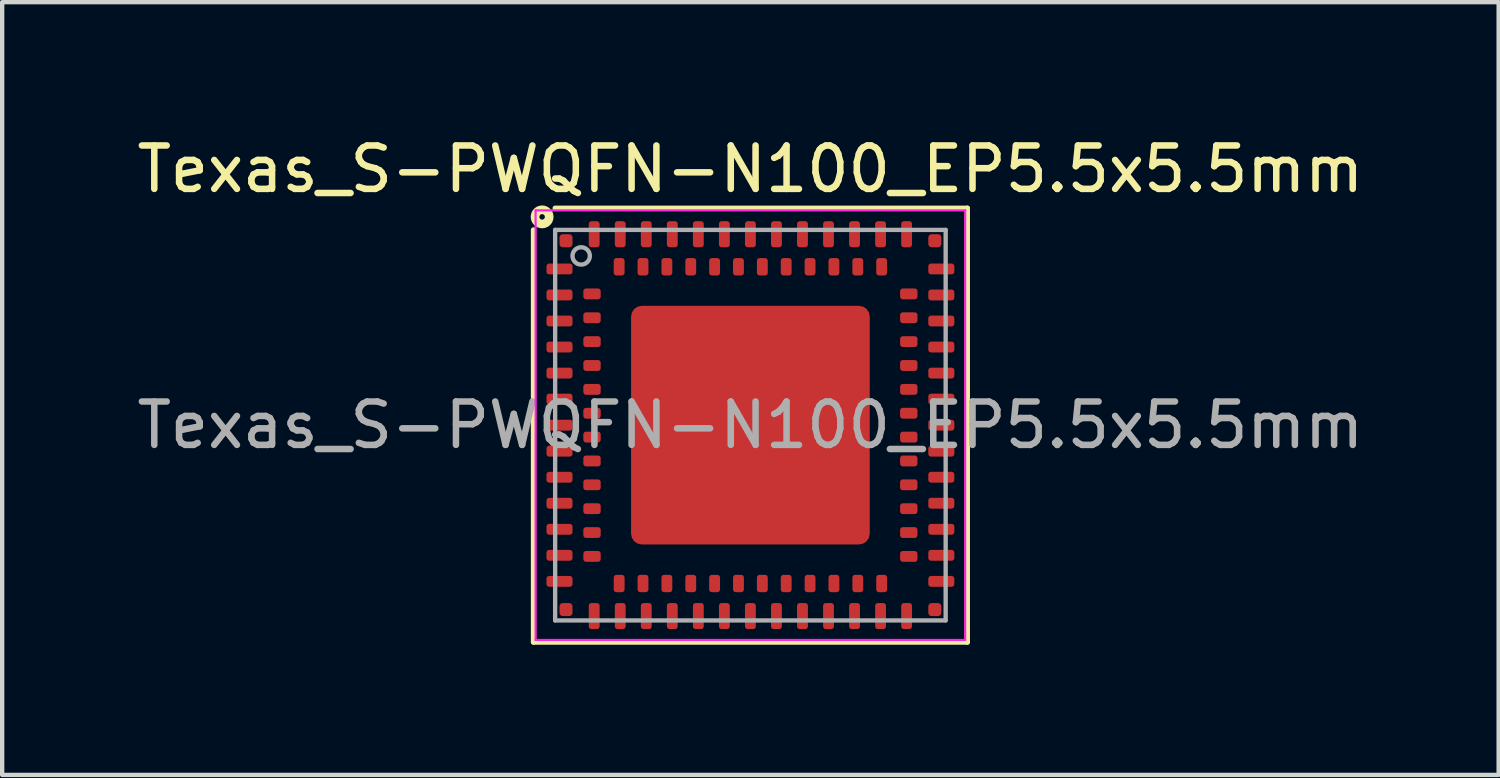
<source format=kicad_pcb>
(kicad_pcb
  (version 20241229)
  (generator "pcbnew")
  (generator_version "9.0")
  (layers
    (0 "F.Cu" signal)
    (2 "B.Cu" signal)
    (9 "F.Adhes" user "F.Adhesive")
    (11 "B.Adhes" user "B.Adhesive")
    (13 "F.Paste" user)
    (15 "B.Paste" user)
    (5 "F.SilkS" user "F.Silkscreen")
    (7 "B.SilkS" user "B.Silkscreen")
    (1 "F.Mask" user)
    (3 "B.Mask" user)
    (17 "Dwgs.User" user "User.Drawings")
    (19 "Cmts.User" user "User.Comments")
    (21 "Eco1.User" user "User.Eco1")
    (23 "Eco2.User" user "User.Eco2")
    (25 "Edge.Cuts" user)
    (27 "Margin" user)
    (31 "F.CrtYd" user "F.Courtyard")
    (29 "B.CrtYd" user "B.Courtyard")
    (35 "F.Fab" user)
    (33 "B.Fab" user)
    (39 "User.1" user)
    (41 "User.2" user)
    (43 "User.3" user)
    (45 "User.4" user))
  (footprint "Texas_S-PWQFN-N100_EP5.5x5.5mm"
    (layer "F.Cu")
    (at 14.244 6.748)
    (property "Reference" "Texas_S-PWQFN-N100_EP5.5x5.5mm" (at 0 -5.9 0) (layer "F.SilkS") (effects (font (size 1 1) (thickness 0.15))))
    (attr smd)
    (fp_line (start -5 5) (end -5 -4.5) (stroke (width 0.12) (type solid)) (layer "F.SilkS"))
    (fp_line (start -4.5 -5) (end 5 -5) (stroke (width 0.12) (type solid)) (layer "F.SilkS"))
    (fp_line (start 5 -5) (end 5 5) (stroke (width 0.12) (type solid)) (layer "F.SilkS"))
    (fp_line (start 5 5) (end -5 5) (stroke (width 0.12) (type solid)) (layer "F.SilkS"))
    (fp_circle (center -4.8 -4.8) (end -4.737 -4.8) (stroke (width 0.2) (type solid)) (fill no) (layer "F.SilkS"))
    (fp_line (start -4.95 -4.95) (end 4.95 -4.95) (stroke (width 0.05) (type solid)) (layer "F.CrtYd"))
    (fp_line (start -4.95 4.95) (end -4.95 -4.95) (stroke (width 0.05) (type solid)) (layer "F.CrtYd"))
    (fp_line (start 4.95 -4.95) (end 4.95 4.95) (stroke (width 0.05) (type solid)) (layer "F.CrtYd"))
    (fp_line (start 4.95 4.95) (end -4.95 4.95) (stroke (width 0.05) (type solid)) (layer "F.CrtYd"))
    (fp_line (start -4.5 -4.5) (end -4.5 4.5) (stroke (width 0.1) (type solid)) (layer "F.Fab"))
    (fp_line (start -4.5 -4.5) (end 4.5 -4.5) (stroke (width 0.1) (type solid)) (layer "F.Fab"))
    (fp_line (start -4.5 4.5) (end 4.5 4.5) (stroke (width 0.1) (type solid)) (layer "F.Fab"))
    (fp_line (start 4.5 -4.5) (end 4.5 4.5) (stroke (width 0.1) (type solid)) (layer "F.Fab"))
    (fp_circle (center -3.9 -3.9) (end -3.7 -3.9) (stroke (width 0.1) (type solid)) (fill no) (layer "F.Fab"))
    (fp_text user "${REFERENCE}" (at 0 0 0) (layer "F.Fab") (effects (font (size 1 1) (thickness 0.15))))
    (pad "" smd roundrect (at -1.66 -1.66) (size 1.5 1.5) (layers "F.Paste") (roundrect_rratio 0.167))
    (pad "" smd roundrect (at -1.66 0) (size 1.5 1.5) (layers "F.Paste") (roundrect_rratio 0.167))
    (pad "" smd roundrect (at -1.66 1.66) (size 1.5 1.5) (layers "F.Paste") (roundrect_rratio 0.167))
    (pad "" smd roundrect (at 0 -1.66) (size 1.5 1.5) (layers "F.Paste") (roundrect_rratio 0.167))
    (pad "" smd roundrect (at 0 0) (size 1.5 1.5) (layers "F.Paste") (roundrect_rratio 0.167))
    (pad "" smd roundrect (at 0 1.66) (size 1.5 1.5) (layers "F.Paste") (roundrect_rratio 0.167))
    (pad "" smd roundrect (at 1.66 -1.66) (size 1.5 1.5) (layers "F.Paste") (roundrect_rratio 0.167))
    (pad "" smd roundrect (at 1.66 0) (size 1.5 1.5) (layers "F.Paste") (roundrect_rratio 0.167))
    (pad "" smd roundrect (at 1.66 1.66) (size 1.5 1.5) (layers "F.Paste") (roundrect_rratio 0.167))
    (pad "A1" smd roundrect (at -4.4 -3.6 90) (size 0.25 0.6) (layers "F.Cu" "F.Mask" "F.Paste") (roundrect_rratio 0.25))
    (pad "A2" smd roundrect (at -4.4 -3 90) (size 0.25 0.6) (layers "F.Cu" "F.Mask" "F.Paste") (roundrect_rratio 0.25))
    (pad "A3" smd roundrect (at -4.4 -2.4 90) (size 0.25 0.6) (layers "F.Cu" "F.Mask" "F.Paste") (roundrect_rratio 0.25))
    (pad "A4" smd roundrect (at -4.4 -1.8 90) (size 0.25 0.6) (layers "F.Cu" "F.Mask" "F.Paste") (roundrect_rratio 0.25))
    (pad "A5" smd roundrect (at -4.4 -1.2 90) (size 0.25 0.6) (layers "F.Cu" "F.Mask" "F.Paste") (roundrect_rratio 0.25))
    (pad "A6" smd roundrect (at -4.4 -0.6 90) (size 0.25 0.6) (layers "F.Cu" "F.Mask" "F.Paste") (roundrect_rratio 0.25))
    (pad "A7" smd roundrect (at -4.4 0 90) (size 0.25 0.6) (layers "F.Cu" "F.Mask" "F.Paste") (roundrect_rratio 0.25))
    (pad "A8" smd roundrect (at -4.4 0.6 90) (size 0.25 0.6) (layers "F.Cu" "F.Mask" "F.Paste") (roundrect_rratio 0.25))
    (pad "A9" smd roundrect (at -4.4 1.2 90) (size 0.25 0.6) (layers "F.Cu" "F.Mask" "F.Paste") (roundrect_rratio 0.25))
    (pad "A10" smd roundrect (at -4.4 1.8 90) (size 0.25 0.6) (layers "F.Cu" "F.Mask" "F.Paste") (roundrect_rratio 0.25))
    (pad "A11" smd roundrect (at -4.4 2.4 90) (size 0.25 0.6) (layers "F.Cu" "F.Mask" "F.Paste") (roundrect_rratio 0.25))
    (pad "A12" smd roundrect (at -4.4 3 90) (size 0.25 0.6) (layers "F.Cu" "F.Mask" "F.Paste") (roundrect_rratio 0.25))
    (pad "A13" smd roundrect (at -4.4 3.6 90) (size 0.25 0.6) (layers "F.Cu" "F.Mask" "F.Paste") (roundrect_rratio 0.25))
    (pad "A14" smd roundrect (at -3.6 4.4) (size 0.25 0.6) (layers "F.Cu" "F.Mask" "F.Paste") (roundrect_rratio 0.25))
    (pad "A15" smd roundrect (at -3 4.4) (size 0.25 0.6) (layers "F.Cu" "F.Mask" "F.Paste") (roundrect_rratio 0.25))
    (pad "A16" smd roundrect (at -2.4 4.4) (size 0.25 0.6) (layers "F.Cu" "F.Mask" "F.Paste") (roundrect_rratio 0.25))
    (pad "A17" smd roundrect (at -1.8 4.4) (size 0.25 0.6) (layers "F.Cu" "F.Mask" "F.Paste") (roundrect_rratio 0.25))
    (pad "A18" smd roundrect (at -1.2 4.4) (size 0.25 0.6) (layers "F.Cu" "F.Mask" "F.Paste") (roundrect_rratio 0.25))
    (pad "A19" smd roundrect (at -0.6 4.4) (size 0.25 0.6) (layers "F.Cu" "F.Mask" "F.Paste") (roundrect_rratio 0.25))
    (pad "A20" smd roundrect (at 0 4.4) (size 0.25 0.6) (layers "F.Cu" "F.Mask" "F.Paste") (roundrect_rratio 0.25))
    (pad "A21" smd roundrect (at 0.6 4.4) (size 0.25 0.6) (layers "F.Cu" "F.Mask" "F.Paste") (roundrect_rratio 0.25))
    (pad "A22" smd roundrect (at 1.2 4.4) (size 0.25 0.6) (layers "F.Cu" "F.Mask" "F.Paste") (roundrect_rratio 0.25))
    (pad "A23" smd roundrect (at 1.8 4.4) (size 0.25 0.6) (layers "F.Cu" "F.Mask" "F.Paste") (roundrect_rratio 0.25))
    (pad "A24" smd roundrect (at 2.4 4.4) (size 0.25 0.6) (layers "F.Cu" "F.Mask" "F.Paste") (roundrect_rratio 0.25))
    (pad "A25" smd roundrect (at 3 4.4) (size 0.25 0.6) (layers "F.Cu" "F.Mask" "F.Paste") (roundrect_rratio 0.25))
    (pad "A26" smd roundrect (at 3.6 4.4) (size 0.25 0.6) (layers "F.Cu" "F.Mask" "F.Paste") (roundrect_rratio 0.25))
    (pad "A27" smd roundrect (at 4.4 3.6 90) (size 0.25 0.6) (layers "F.Cu" "F.Mask" "F.Paste") (roundrect_rratio 0.25))
    (pad "A28" smd roundrect (at 4.4 3 90) (size 0.25 0.6) (layers "F.Cu" "F.Mask" "F.Paste") (roundrect_rratio 0.25))
    (pad "A29" smd roundrect (at 4.4 2.4 90) (size 0.25 0.6) (layers "F.Cu" "F.Mask" "F.Paste") (roundrect_rratio 0.25))
    (pad "A30" smd roundrect (at 4.4 1.8 90) (size 0.25 0.6) (layers "F.Cu" "F.Mask" "F.Paste") (roundrect_rratio 0.25))
    (pad "A31" smd roundrect (at 4.4 1.2 90) (size 0.25 0.6) (layers "F.Cu" "F.Mask" "F.Paste") (roundrect_rratio 0.25))
    (pad "A32" smd roundrect (at 4.4 0.6 90) (size 0.25 0.6) (layers "F.Cu" "F.Mask" "F.Paste") (roundrect_rratio 0.25))
    (pad "A33" smd roundrect (at 4.4 0 90) (size 0.25 0.6) (layers "F.Cu" "F.Mask" "F.Paste") (roundrect_rratio 0.25))
    (pad "A34" smd roundrect (at 4.4 -0.6 90) (size 0.25 0.6) (layers "F.Cu" "F.Mask" "F.Paste") (roundrect_rratio 0.25))
    (pad "A35" smd roundrect (at 4.4 -1.2 90) (size 0.25 0.6) (layers "F.Cu" "F.Mask" "F.Paste") (roundrect_rratio 0.25))
    (pad "A36" smd roundrect (at 4.4 -1.8 90) (size 0.25 0.6) (layers "F.Cu" "F.Mask" "F.Paste") (roundrect_rratio 0.25))
    (pad "A37" smd roundrect (at 4.4 -2.4 90) (size 0.25 0.6) (layers "F.Cu" "F.Mask" "F.Paste") (roundrect_rratio 0.25))
    (pad "A38" smd roundrect (at 4.4 -3 90) (size 0.25 0.6) (layers "F.Cu" "F.Mask" "F.Paste") (roundrect_rratio 0.25))
    (pad "A39" smd roundrect (at 4.4 -3.6 90) (size 0.25 0.6) (layers "F.Cu" "F.Mask" "F.Paste") (roundrect_rratio 0.25))
    (pad "A40" smd roundrect (at 3.6 -4.4) (size 0.25 0.6) (layers "F.Cu" "F.Mask" "F.Paste") (roundrect_rratio 0.25))
    (pad "A41" smd roundrect (at 3 -4.4) (size 0.25 0.6) (layers "F.Cu" "F.Mask" "F.Paste") (roundrect_rratio 0.25))
    (pad "A42" smd roundrect (at 2.4 -4.4) (size 0.25 0.6) (layers "F.Cu" "F.Mask" "F.Paste") (roundrect_rratio 0.25))
    (pad "A43" smd roundrect (at 1.8 -4.4) (size 0.25 0.6) (layers "F.Cu" "F.Mask" "F.Paste") (roundrect_rratio 0.25))
    (pad "A44" smd roundrect (at 1.2 -4.4) (size 0.25 0.6) (layers "F.Cu" "F.Mask" "F.Paste") (roundrect_rratio 0.25))
    (pad "A45" smd roundrect (at 0.6 -4.4) (size 0.25 0.6) (layers "F.Cu" "F.Mask" "F.Paste") (roundrect_rratio 0.25))
    (pad "A46" smd roundrect (at 0 -4.4) (size 0.25 0.6) (layers "F.Cu" "F.Mask" "F.Paste") (roundrect_rratio 0.25))
    (pad "A47" smd roundrect (at -0.6 -4.4) (size 0.25 0.6) (layers "F.Cu" "F.Mask" "F.Paste") (roundrect_rratio 0.25))
    (pad "A48" smd roundrect (at -1.2 -4.4) (size 0.25 0.6) (layers "F.Cu" "F.Mask" "F.Paste") (roundrect_rratio 0.25))
    (pad "A49" smd roundrect (at -1.8 -4.4) (size 0.25 0.6) (layers "F.Cu" "F.Mask" "F.Paste") (roundrect_rratio 0.25))
    (pad "A50" smd roundrect (at -2.4 -4.4) (size 0.25 0.6) (layers "F.Cu" "F.Mask" "F.Paste") (roundrect_rratio 0.25))
    (pad "A51" smd roundrect (at -3 -4.4) (size 0.25 0.6) (layers "F.Cu" "F.Mask" "F.Paste") (roundrect_rratio 0.25))
    (pad "A52" smd roundrect (at -3.6 -4.4) (size 0.25 0.6) (layers "F.Cu" "F.Mask" "F.Paste") (roundrect_rratio 0.25))
    (pad "A53" smd roundrect (at 0 0) (size 5.5 5.5) (layers "F.Cu" "F.Mask") (roundrect_rratio 0.045))
    (pad "B1" smd roundrect (at -3.65 -3.025 90) (size 0.25 0.4) (layers "F.Cu" "F.Mask" "F.Paste") (roundrect_rratio 0.25))
    (pad "B2" smd roundrect (at -3.65 -2.475 90) (size 0.25 0.4) (layers "F.Cu" "F.Mask" "F.Paste") (roundrect_rratio 0.25))
    (pad "B3" smd roundrect (at -3.65 -1.925 90) (size 0.25 0.4) (layers "F.Cu" "F.Mask" "F.Paste") (roundrect_rratio 0.25))
    (pad "B4" smd roundrect (at -3.65 -1.375 90) (size 0.25 0.4) (layers "F.Cu" "F.Mask" "F.Paste") (roundrect_rratio 0.25))
    (pad "B5" smd roundrect (at -3.65 -0.825 90) (size 0.25 0.4) (layers "F.Cu" "F.Mask" "F.Paste") (roundrect_rratio 0.25))
    (pad "B6" smd roundrect (at -3.65 -0.275 90) (size 0.25 0.4) (layers "F.Cu" "F.Mask" "F.Paste") (roundrect_rratio 0.25))
    (pad "B7" smd roundrect (at -3.65 0.275 90) (size 0.25 0.4) (layers "F.Cu" "F.Mask" "F.Paste") (roundrect_rratio 0.25))
    (pad "B8" smd roundrect (at -3.65 0.825 90) (size 0.25 0.4) (layers "F.Cu" "F.Mask" "F.Paste") (roundrect_rratio 0.25))
    (pad "B9" smd roundrect (at -3.65 1.375 90) (size 0.25 0.4) (layers "F.Cu" "F.Mask" "F.Paste") (roundrect_rratio 0.25))
    (pad "B10" smd roundrect (at -3.65 1.925 90) (size 0.25 0.4) (layers "F.Cu" "F.Mask" "F.Paste") (roundrect_rratio 0.25))
    (pad "B11" smd roundrect (at -3.65 2.475 90) (size 0.25 0.4) (layers "F.Cu" "F.Mask" "F.Paste") (roundrect_rratio 0.25))
    (pad "B12" smd roundrect (at -3.65 3.025 90) (size 0.25 0.4) (layers "F.Cu" "F.Mask" "F.Paste") (roundrect_rratio 0.25))
    (pad "B13" smd roundrect (at -3.025 3.65) (size 0.25 0.4) (layers "F.Cu" "F.Mask" "F.Paste") (roundrect_rratio 0.25))
    (pad "B14" smd roundrect (at -2.475 3.65) (size 0.25 0.4) (layers "F.Cu" "F.Mask" "F.Paste") (roundrect_rratio 0.25))
    (pad "B15" smd roundrect (at -1.925 3.65) (size 0.25 0.4) (layers "F.Cu" "F.Mask" "F.Paste") (roundrect_rratio 0.25))
    (pad "B16" smd roundrect (at -1.375 3.65) (size 0.25 0.4) (layers "F.Cu" "F.Mask" "F.Paste") (roundrect_rratio 0.25))
    (pad "B17" smd roundrect (at -0.825 3.65) (size 0.25 0.4) (layers "F.Cu" "F.Mask" "F.Paste") (roundrect_rratio 0.25))
    (pad "B18" smd roundrect (at -0.275 3.65) (size 0.25 0.4) (layers "F.Cu" "F.Mask" "F.Paste") (roundrect_rratio 0.25))
    (pad "B19" smd roundrect (at 0.275 3.65) (size 0.25 0.4) (layers "F.Cu" "F.Mask" "F.Paste") (roundrect_rratio 0.25))
    (pad "B20" smd roundrect (at 0.825 3.65) (size 0.25 0.4) (layers "F.Cu" "F.Mask" "F.Paste") (roundrect_rratio 0.25))
    (pad "B21" smd roundrect (at 1.375 3.65) (size 0.25 0.4) (layers "F.Cu" "F.Mask" "F.Paste") (roundrect_rratio 0.25))
    (pad "B22" smd roundrect (at 1.925 3.65) (size 0.25 0.4) (layers "F.Cu" "F.Mask" "F.Paste") (roundrect_rratio 0.25))
    (pad "B23" smd roundrect (at 2.475 3.65) (size 0.25 0.4) (layers "F.Cu" "F.Mask" "F.Paste") (roundrect_rratio 0.25))
    (pad "B24" smd roundrect (at 3.025 3.65) (size 0.25 0.4) (layers "F.Cu" "F.Mask" "F.Paste") (roundrect_rratio 0.25))
    (pad "B25" smd roundrect (at 3.65 3.025 90) (size 0.25 0.4) (layers "F.Cu" "F.Mask" "F.Paste") (roundrect_rratio 0.25))
    (pad "B26" smd roundrect (at 3.65 2.475 90) (size 0.25 0.4) (layers "F.Cu" "F.Mask" "F.Paste") (roundrect_rratio 0.25))
    (pad "B27" smd roundrect (at 3.65 1.925 90) (size 0.25 0.4) (layers "F.Cu" "F.Mask" "F.Paste") (roundrect_rratio 0.25))
    (pad "B28" smd roundrect (at 3.65 1.375 90) (size 0.25 0.4) (layers "F.Cu" "F.Mask" "F.Paste") (roundrect_rratio 0.25))
    (pad "B29" smd roundrect (at 3.65 0.825 90) (size 0.25 0.4) (layers "F.Cu" "F.Mask" "F.Paste") (roundrect_rratio 0.25))
    (pad "B30" smd roundrect (at 3.65 0.275 90) (size 0.25 0.4) (layers "F.Cu" "F.Mask" "F.Paste") (roundrect_rratio 0.25))
    (pad "B31" smd roundrect (at 3.65 -0.275 90) (size 0.25 0.4) (layers "F.Cu" "F.Mask" "F.Paste") (roundrect_rratio 0.25))
    (pad "B32" smd roundrect (at 3.65 -0.825 90) (size 0.25 0.4) (layers "F.Cu" "F.Mask" "F.Paste") (roundrect_rratio 0.25))
    (pad "B33" smd roundrect (at 3.65 -1.375 90) (size 0.25 0.4) (layers "F.Cu" "F.Mask" "F.Paste") (roundrect_rratio 0.25))
    (pad "B34" smd roundrect (at 3.65 -1.925 90) (size 0.25 0.4) (layers "F.Cu" "F.Mask" "F.Paste") (roundrect_rratio 0.25))
    (pad "B35" smd roundrect (at 3.65 -2.475 90) (size 0.25 0.4) (layers "F.Cu" "F.Mask" "F.Paste") (roundrect_rratio 0.25))
    (pad "B36" smd roundrect (at 3.65 -3.025 90) (size 0.25 0.4) (layers "F.Cu" "F.Mask" "F.Paste") (roundrect_rratio 0.25))
    (pad "B37" smd roundrect (at 3.025 -3.65) (size 0.25 0.4) (layers "F.Cu" "F.Mask" "F.Paste") (roundrect_rratio 0.25))
    (pad "B38" smd roundrect (at 2.475 -3.65) (size 0.25 0.4) (layers "F.Cu" "F.Mask" "F.Paste") (roundrect_rratio 0.25))
    (pad "B39" smd roundrect (at 1.925 -3.65) (size 0.25 0.4) (layers "F.Cu" "F.Mask" "F.Paste") (roundrect_rratio 0.25))
    (pad "B40" smd roundrect (at 1.375 -3.65) (size 0.25 0.4) (layers "F.Cu" "F.Mask" "F.Paste") (roundrect_rratio 0.25))
    (pad "B41" smd roundrect (at 0.825 -3.65) (size 0.25 0.4) (layers "F.Cu" "F.Mask" "F.Paste") (roundrect_rratio 0.25))
    (pad "B42" smd roundrect (at 0.275 -3.65) (size 0.25 0.4) (layers "F.Cu" "F.Mask" "F.Paste") (roundrect_rratio 0.25))
    (pad "B43" smd roundrect (at -0.275 -3.65) (size 0.25 0.4) (layers "F.Cu" "F.Mask" "F.Paste") (roundrect_rratio 0.25))
    (pad "B44" smd roundrect (at -0.825 -3.65) (size 0.25 0.4) (layers "F.Cu" "F.Mask" "F.Paste") (roundrect_rratio 0.25))
    (pad "B45" smd roundrect (at -1.375 -3.65) (size 0.25 0.4) (layers "F.Cu" "F.Mask" "F.Paste") (roundrect_rratio 0.25))
    (pad "B46" smd roundrect (at -1.925 -3.65) (size 0.25 0.4) (layers "F.Cu" "F.Mask" "F.Paste") (roundrect_rratio 0.25))
    (pad "B47" smd roundrect (at -2.475 -3.65) (size 0.25 0.4) (layers "F.Cu" "F.Mask" "F.Paste") (roundrect_rratio 0.25))
    (pad "B48" smd roundrect (at -3.025 -3.65) (size 0.25 0.4) (layers "F.Cu" "F.Mask" "F.Paste") (roundrect_rratio 0.25))
    (pad "C1" smd roundrect (at -4.25 -4.25) (size 0.3 0.3) (layers "F.Cu" "F.Mask" "F.Paste") (roundrect_rratio 0.25))
    (pad "C2" smd roundrect (at -4.25 4.25) (size 0.3 0.3) (layers "F.Cu" "F.Mask" "F.Paste") (roundrect_rratio 0.25))
    (pad "C3" smd roundrect (at 4.25 4.25) (size 0.3 0.3) (layers "F.Cu" "F.Mask" "F.Paste") (roundrect_rratio 0.25))
    (pad "C4" smd roundrect (at 4.25 -4.25) (size 0.3 0.3) (layers "F.Cu" "F.Mask" "F.Paste") (roundrect_rratio 0.25)))
  (gr_rect
    (start -3 -3)
    (end 31.488 14.808)
    (stroke (width 0.1) (type default))
    (fill no)
    (layer "Edge.Cuts")))
</source>
